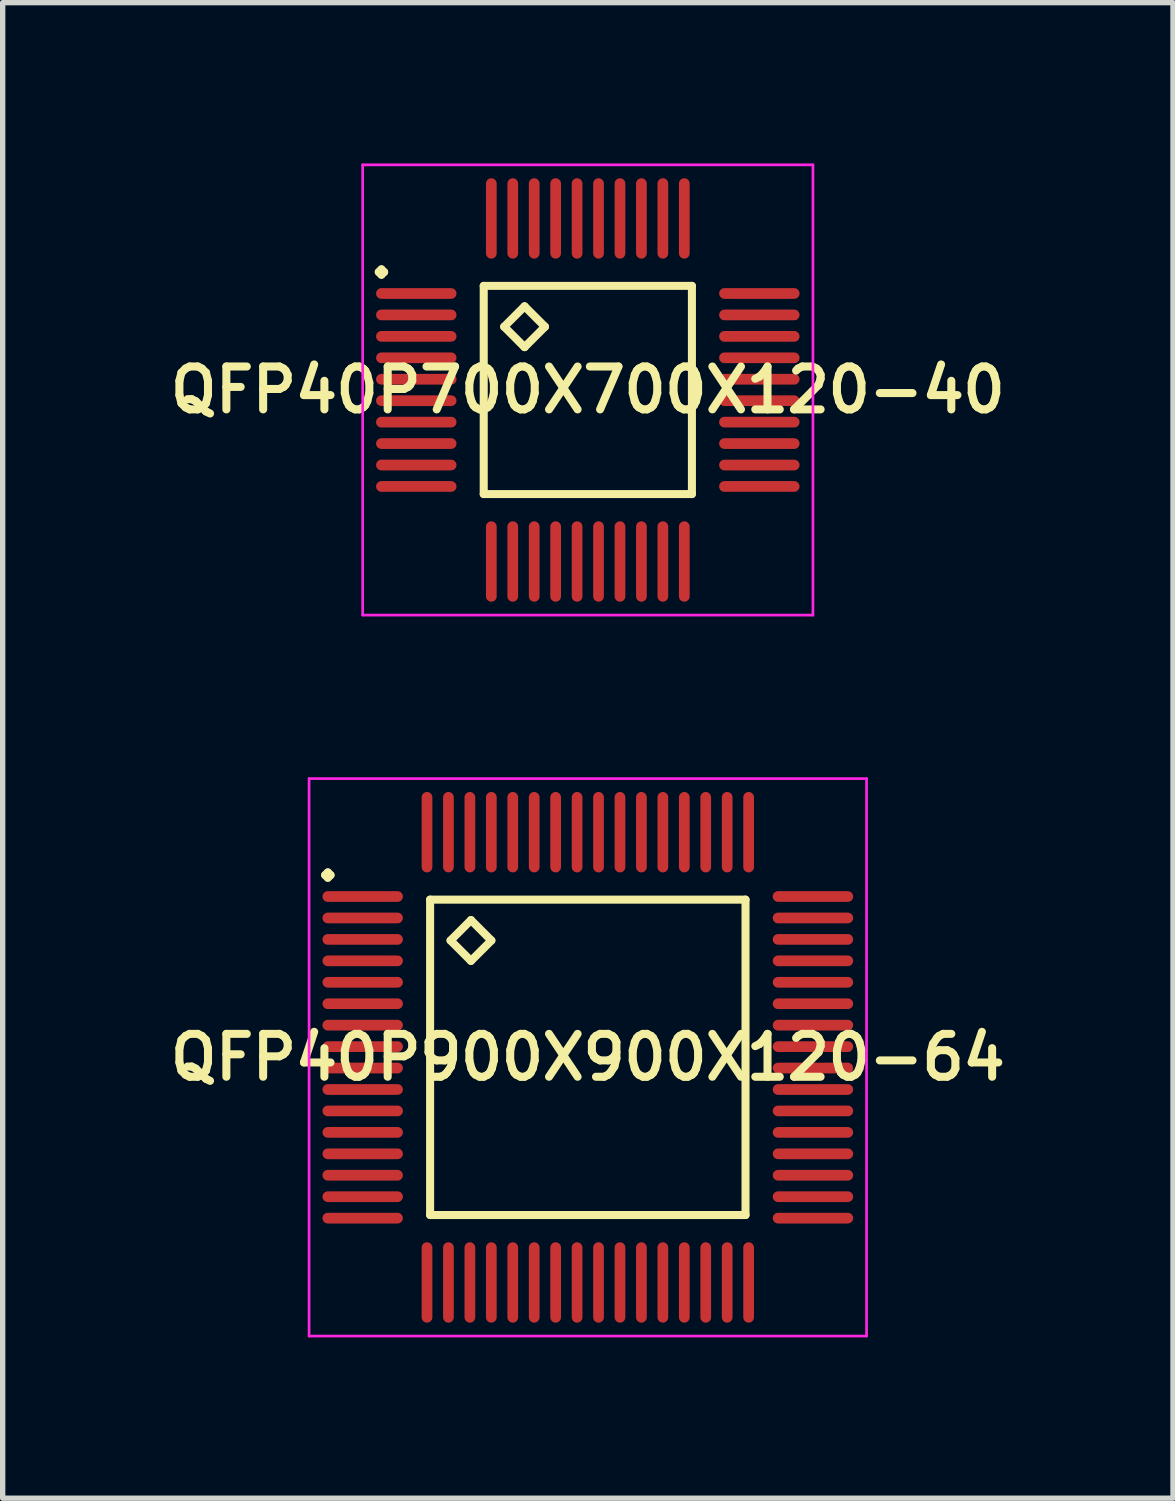
<source format=kicad_pcb>
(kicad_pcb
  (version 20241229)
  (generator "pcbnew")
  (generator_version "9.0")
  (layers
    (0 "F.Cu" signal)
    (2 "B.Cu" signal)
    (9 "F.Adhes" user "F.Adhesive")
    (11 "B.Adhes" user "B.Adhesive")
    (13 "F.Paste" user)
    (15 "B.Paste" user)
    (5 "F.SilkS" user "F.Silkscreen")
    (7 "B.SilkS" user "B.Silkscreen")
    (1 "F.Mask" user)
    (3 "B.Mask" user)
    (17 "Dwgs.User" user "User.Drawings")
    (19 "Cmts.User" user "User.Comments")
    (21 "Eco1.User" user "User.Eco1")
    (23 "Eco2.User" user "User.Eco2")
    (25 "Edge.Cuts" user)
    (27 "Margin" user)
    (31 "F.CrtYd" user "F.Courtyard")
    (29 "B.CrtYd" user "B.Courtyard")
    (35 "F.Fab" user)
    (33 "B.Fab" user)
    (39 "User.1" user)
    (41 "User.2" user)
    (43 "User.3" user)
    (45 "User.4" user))
  (footprint "QFP40P700X700X120-40"
    (layer "F.Cu")
    (at 7.916 4.225)
    (property "Reference" "QFP40P700X700X120-40" (at 0 0 0) (layer "F.SilkS") (effects (font (size 0.8 0.8) (thickness 0.15))))
    (attr smd)
    (fp_line (start -3.9 -2.2) (end -3.85 -2.25) (stroke (width 0.15) (type solid)) (layer "F.SilkS"))
    (fp_line (start -3.85 -2.25) (end -3.8 -2.2) (stroke (width 0.15) (type solid)) (layer "F.SilkS"))
    (fp_line (start -3.85 -2.15) (end -3.9 -2.2) (stroke (width 0.15) (type solid)) (layer "F.SilkS"))
    (fp_line (start -3.8 -2.2) (end -3.85 -2.15) (stroke (width 0.15) (type solid)) (layer "F.SilkS"))
    (fp_line (start -1.942 -1.942) (end -1.942 1.942) (stroke (width 0.15) (type solid)) (layer "F.SilkS"))
    (fp_line (start -1.942 1.942) (end 1.942 1.942) (stroke (width 0.15) (type solid)) (layer "F.SilkS"))
    (fp_line (start -1.561 -1.18) (end -1.18 -1.561) (stroke (width 0.15) (type solid)) (layer "F.SilkS"))
    (fp_line (start -1.18 -1.561) (end -0.799 -1.18) (stroke (width 0.15) (type solid)) (layer "F.SilkS"))
    (fp_line (start -1.18 -0.799) (end -1.561 -1.18) (stroke (width 0.15) (type solid)) (layer "F.SilkS"))
    (fp_line (start -0.799 -1.18) (end -1.18 -0.799) (stroke (width 0.15) (type solid)) (layer "F.SilkS"))
    (fp_line (start 1.942 -1.942) (end -1.942 -1.942) (stroke (width 0.15) (type solid)) (layer "F.SilkS"))
    (fp_line (start 1.942 1.942) (end 1.942 -1.942) (stroke (width 0.15) (type solid)) (layer "F.SilkS"))
    (fp_line (start -4.2 -4.2) (end 4.2 -4.2) (stroke (width 0.05) (type solid)) (layer "F.CrtYd"))
    (fp_line (start -4.2 4.2) (end -4.2 -4.2) (stroke (width 0.05) (type solid)) (layer "F.CrtYd"))
    (fp_line (start 4.2 -4.2) (end 4.2 4.2) (stroke (width 0.05) (type solid)) (layer "F.CrtYd"))
    (fp_line (start 4.2 4.2) (end -4.2 4.2) (stroke (width 0.05) (type solid)) (layer "F.CrtYd"))
    (pad "1" smd oval (at -3.2 -1.8) (size 1.5 0.2) (layers "F.Cu" "F.Mask" "F.Paste"))
    (pad "2" smd oval (at -3.2 -1.4) (size 1.5 0.2) (layers "F.Cu" "F.Mask" "F.Paste"))
    (pad "3" smd oval (at -3.2 -1) (size 1.5 0.2) (layers "F.Cu" "F.Mask" "F.Paste"))
    (pad "4" smd oval (at -3.2 -0.6) (size 1.5 0.2) (layers "F.Cu" "F.Mask" "F.Paste"))
    (pad "5" smd oval (at -3.2 -0.2) (size 1.5 0.2) (layers "F.Cu" "F.Mask" "F.Paste"))
    (pad "6" smd oval (at -3.2 0.2) (size 1.5 0.2) (layers "F.Cu" "F.Mask" "F.Paste"))
    (pad "7" smd oval (at -3.2 0.6) (size 1.5 0.2) (layers "F.Cu" "F.Mask" "F.Paste"))
    (pad "8" smd oval (at -3.2 1) (size 1.5 0.2) (layers "F.Cu" "F.Mask" "F.Paste"))
    (pad "9" smd oval (at -3.2 1.4) (size 1.5 0.2) (layers "F.Cu" "F.Mask" "F.Paste"))
    (pad "10" smd oval (at -3.2 1.8) (size 1.5 0.2) (layers "F.Cu" "F.Mask" "F.Paste"))
    (pad "11" smd oval (at -1.8 3.2) (size 0.2 1.5) (layers "F.Cu" "F.Mask" "F.Paste"))
    (pad "12" smd oval (at -1.4 3.2) (size 0.2 1.5) (layers "F.Cu" "F.Mask" "F.Paste"))
    (pad "13" smd oval (at -1 3.2) (size 0.2 1.5) (layers "F.Cu" "F.Mask" "F.Paste"))
    (pad "14" smd oval (at -0.6 3.2) (size 0.2 1.5) (layers "F.Cu" "F.Mask" "F.Paste"))
    (pad "15" smd oval (at -0.2 3.2) (size 0.2 1.5) (layers "F.Cu" "F.Mask" "F.Paste"))
    (pad "16" smd oval (at 0.2 3.2) (size 0.2 1.5) (layers "F.Cu" "F.Mask" "F.Paste"))
    (pad "17" smd oval (at 0.6 3.2) (size 0.2 1.5) (layers "F.Cu" "F.Mask" "F.Paste"))
    (pad "18" smd oval (at 1 3.2) (size 0.2 1.5) (layers "F.Cu" "F.Mask" "F.Paste"))
    (pad "19" smd oval (at 1.4 3.2) (size 0.2 1.5) (layers "F.Cu" "F.Mask" "F.Paste"))
    (pad "20" smd oval (at 1.8 3.2) (size 0.2 1.5) (layers "F.Cu" "F.Mask" "F.Paste"))
    (pad "21" smd oval (at 3.2 1.8) (size 1.5 0.2) (layers "F.Cu" "F.Mask" "F.Paste"))
    (pad "22" smd oval (at 3.2 1.4) (size 1.5 0.2) (layers "F.Cu" "F.Mask" "F.Paste"))
    (pad "23" smd oval (at 3.2 1) (size 1.5 0.2) (layers "F.Cu" "F.Mask" "F.Paste"))
    (pad "24" smd oval (at 3.2 0.6) (size 1.5 0.2) (layers "F.Cu" "F.Mask" "F.Paste"))
    (pad "25" smd oval (at 3.2 0.2) (size 1.5 0.2) (layers "F.Cu" "F.Mask" "F.Paste"))
    (pad "26" smd oval (at 3.2 -0.2) (size 1.5 0.2) (layers "F.Cu" "F.Mask" "F.Paste"))
    (pad "27" smd oval (at 3.2 -0.6) (size 1.5 0.2) (layers "F.Cu" "F.Mask" "F.Paste"))
    (pad "28" smd oval (at 3.2 -1) (size 1.5 0.2) (layers "F.Cu" "F.Mask" "F.Paste"))
    (pad "29" smd oval (at 3.2 -1.4) (size 1.5 0.2) (layers "F.Cu" "F.Mask" "F.Paste"))
    (pad "30" smd oval (at 3.2 -1.8) (size 1.5 0.2) (layers "F.Cu" "F.Mask" "F.Paste"))
    (pad "31" smd oval (at 1.8 -3.2) (size 0.2 1.5) (layers "F.Cu" "F.Mask" "F.Paste"))
    (pad "32" smd oval (at 1.4 -3.2) (size 0.2 1.5) (layers "F.Cu" "F.Mask" "F.Paste"))
    (pad "33" smd oval (at 1 -3.2) (size 0.2 1.5) (layers "F.Cu" "F.Mask" "F.Paste"))
    (pad "34" smd oval (at 0.6 -3.2) (size 0.2 1.5) (layers "F.Cu" "F.Mask" "F.Paste"))
    (pad "35" smd oval (at 0.2 -3.2) (size 0.2 1.5) (layers "F.Cu" "F.Mask" "F.Paste"))
    (pad "36" smd oval (at -0.2 -3.2) (size 0.2 1.5) (layers "F.Cu" "F.Mask" "F.Paste"))
    (pad "37" smd oval (at -0.6 -3.2) (size 0.2 1.5) (layers "F.Cu" "F.Mask" "F.Paste"))
    (pad "38" smd oval (at -1 -3.2) (size 0.2 1.5) (layers "F.Cu" "F.Mask" "F.Paste"))
    (pad "39" smd oval (at -1.4 -3.2) (size 0.2 1.5) (layers "F.Cu" "F.Mask" "F.Paste"))
    (pad "40" smd oval (at -1.8 -3.2) (size 0.2 1.5) (layers "F.Cu" "F.Mask" "F.Paste")))
  (footprint "QFP40P900X900X120-64"
    (layer "F.Cu")
    (at 7.916 16.675)
    (property "Reference" "QFP40P900X900X120-64" (at 0 0 0) (layer "F.SilkS") (effects (font (size 0.8 0.8) (thickness 0.15))))
    (attr smd)
    (fp_line (start -4.9 -3.4) (end -4.85 -3.45) (stroke (width 0.15) (type solid)) (layer "F.SilkS"))
    (fp_line (start -4.85 -3.45) (end -4.8 -3.4) (stroke (width 0.15) (type solid)) (layer "F.SilkS"))
    (fp_line (start -4.85 -3.35) (end -4.9 -3.4) (stroke (width 0.15) (type solid)) (layer "F.SilkS"))
    (fp_line (start -4.8 -3.4) (end -4.85 -3.35) (stroke (width 0.15) (type solid)) (layer "F.SilkS"))
    (fp_line (start -2.942 -2.942) (end -2.942 2.942) (stroke (width 0.15) (type solid)) (layer "F.SilkS"))
    (fp_line (start -2.942 2.942) (end 2.942 2.942) (stroke (width 0.15) (type solid)) (layer "F.SilkS"))
    (fp_line (start -2.561 -2.18) (end -2.18 -2.561) (stroke (width 0.15) (type solid)) (layer "F.SilkS"))
    (fp_line (start -2.18 -2.561) (end -1.799 -2.18) (stroke (width 0.15) (type solid)) (layer "F.SilkS"))
    (fp_line (start -2.18 -1.799) (end -2.561 -2.18) (stroke (width 0.15) (type solid)) (layer "F.SilkS"))
    (fp_line (start -1.799 -2.18) (end -2.18 -1.799) (stroke (width 0.15) (type solid)) (layer "F.SilkS"))
    (fp_line (start 2.942 -2.942) (end -2.942 -2.942) (stroke (width 0.15) (type solid)) (layer "F.SilkS"))
    (fp_line (start 2.942 2.942) (end 2.942 -2.942) (stroke (width 0.15) (type solid)) (layer "F.SilkS"))
    (fp_line (start -5.2 -5.2) (end 5.2 -5.2) (stroke (width 0.05) (type solid)) (layer "F.CrtYd"))
    (fp_line (start -5.2 5.2) (end -5.2 -5.2) (stroke (width 0.05) (type solid)) (layer "F.CrtYd"))
    (fp_line (start 5.2 -5.2) (end 5.2 5.2) (stroke (width 0.05) (type solid)) (layer "F.CrtYd"))
    (fp_line (start 5.2 5.2) (end -5.2 5.2) (stroke (width 0.05) (type solid)) (layer "F.CrtYd"))
    (pad "1" smd oval (at -4.2 -3) (size 1.5 0.2) (layers "F.Cu" "F.Mask" "F.Paste"))
    (pad "2" smd oval (at -4.2 -2.6) (size 1.5 0.2) (layers "F.Cu" "F.Mask" "F.Paste"))
    (pad "3" smd oval (at -4.2 -2.2) (size 1.5 0.2) (layers "F.Cu" "F.Mask" "F.Paste"))
    (pad "4" smd oval (at -4.2 -1.8) (size 1.5 0.2) (layers "F.Cu" "F.Mask" "F.Paste"))
    (pad "5" smd oval (at -4.2 -1.4) (size 1.5 0.2) (layers "F.Cu" "F.Mask" "F.Paste"))
    (pad "6" smd oval (at -4.2 -1) (size 1.5 0.2) (layers "F.Cu" "F.Mask" "F.Paste"))
    (pad "7" smd oval (at -4.2 -0.6) (size 1.5 0.2) (layers "F.Cu" "F.Mask" "F.Paste"))
    (pad "8" smd oval (at -4.2 -0.2) (size 1.5 0.2) (layers "F.Cu" "F.Mask" "F.Paste"))
    (pad "9" smd oval (at -4.2 0.2) (size 1.5 0.2) (layers "F.Cu" "F.Mask" "F.Paste"))
    (pad "10" smd oval (at -4.2 0.6) (size 1.5 0.2) (layers "F.Cu" "F.Mask" "F.Paste"))
    (pad "11" smd oval (at -4.2 1) (size 1.5 0.2) (layers "F.Cu" "F.Mask" "F.Paste"))
    (pad "12" smd oval (at -4.2 1.4) (size 1.5 0.2) (layers "F.Cu" "F.Mask" "F.Paste"))
    (pad "13" smd oval (at -4.2 1.8) (size 1.5 0.2) (layers "F.Cu" "F.Mask" "F.Paste"))
    (pad "14" smd oval (at -4.2 2.2) (size 1.5 0.2) (layers "F.Cu" "F.Mask" "F.Paste"))
    (pad "15" smd oval (at -4.2 2.6) (size 1.5 0.2) (layers "F.Cu" "F.Mask" "F.Paste"))
    (pad "16" smd oval (at -4.2 3) (size 1.5 0.2) (layers "F.Cu" "F.Mask" "F.Paste"))
    (pad "17" smd oval (at -3 4.2) (size 0.2 1.5) (layers "F.Cu" "F.Mask" "F.Paste"))
    (pad "18" smd oval (at -2.6 4.2) (size 0.2 1.5) (layers "F.Cu" "F.Mask" "F.Paste"))
    (pad "19" smd oval (at -2.2 4.2) (size 0.2 1.5) (layers "F.Cu" "F.Mask" "F.Paste"))
    (pad "20" smd oval (at -1.8 4.2) (size 0.2 1.5) (layers "F.Cu" "F.Mask" "F.Paste"))
    (pad "21" smd oval (at -1.4 4.2) (size 0.2 1.5) (layers "F.Cu" "F.Mask" "F.Paste"))
    (pad "22" smd oval (at -1 4.2) (size 0.2 1.5) (layers "F.Cu" "F.Mask" "F.Paste"))
    (pad "23" smd oval (at -0.6 4.2) (size 0.2 1.5) (layers "F.Cu" "F.Mask" "F.Paste"))
    (pad "24" smd oval (at -0.2 4.2) (size 0.2 1.5) (layers "F.Cu" "F.Mask" "F.Paste"))
    (pad "25" smd oval (at 0.2 4.2) (size 0.2 1.5) (layers "F.Cu" "F.Mask" "F.Paste"))
    (pad "26" smd oval (at 0.6 4.2) (size 0.2 1.5) (layers "F.Cu" "F.Mask" "F.Paste"))
    (pad "27" smd oval (at 1 4.2) (size 0.2 1.5) (layers "F.Cu" "F.Mask" "F.Paste"))
    (pad "28" smd oval (at 1.4 4.2) (size 0.2 1.5) (layers "F.Cu" "F.Mask" "F.Paste"))
    (pad "29" smd oval (at 1.8 4.2) (size 0.2 1.5) (layers "F.Cu" "F.Mask" "F.Paste"))
    (pad "30" smd oval (at 2.2 4.2) (size 0.2 1.5) (layers "F.Cu" "F.Mask" "F.Paste"))
    (pad "31" smd oval (at 2.6 4.2) (size 0.2 1.5) (layers "F.Cu" "F.Mask" "F.Paste"))
    (pad "32" smd oval (at 3 4.2) (size 0.2 1.5) (layers "F.Cu" "F.Mask" "F.Paste"))
    (pad "33" smd oval (at 4.2 3) (size 1.5 0.2) (layers "F.Cu" "F.Mask" "F.Paste"))
    (pad "34" smd oval (at 4.2 2.6) (size 1.5 0.2) (layers "F.Cu" "F.Mask" "F.Paste"))
    (pad "35" smd oval (at 4.2 2.2) (size 1.5 0.2) (layers "F.Cu" "F.Mask" "F.Paste"))
    (pad "36" smd oval (at 4.2 1.8) (size 1.5 0.2) (layers "F.Cu" "F.Mask" "F.Paste"))
    (pad "37" smd oval (at 4.2 1.4) (size 1.5 0.2) (layers "F.Cu" "F.Mask" "F.Paste"))
    (pad "38" smd oval (at 4.2 1) (size 1.5 0.2) (layers "F.Cu" "F.Mask" "F.Paste"))
    (pad "39" smd oval (at 4.2 0.6) (size 1.5 0.2) (layers "F.Cu" "F.Mask" "F.Paste"))
    (pad "40" smd oval (at 4.2 0.2) (size 1.5 0.2) (layers "F.Cu" "F.Mask" "F.Paste"))
    (pad "41" smd oval (at 4.2 -0.2) (size 1.5 0.2) (layers "F.Cu" "F.Mask" "F.Paste"))
    (pad "42" smd oval (at 4.2 -0.6) (size 1.5 0.2) (layers "F.Cu" "F.Mask" "F.Paste"))
    (pad "43" smd oval (at 4.2 -1) (size 1.5 0.2) (layers "F.Cu" "F.Mask" "F.Paste"))
    (pad "44" smd oval (at 4.2 -1.4) (size 1.5 0.2) (layers "F.Cu" "F.Mask" "F.Paste"))
    (pad "45" smd oval (at 4.2 -1.8) (size 1.5 0.2) (layers "F.Cu" "F.Mask" "F.Paste"))
    (pad "46" smd oval (at 4.2 -2.2) (size 1.5 0.2) (layers "F.Cu" "F.Mask" "F.Paste"))
    (pad "47" smd oval (at 4.2 -2.6) (size 1.5 0.2) (layers "F.Cu" "F.Mask" "F.Paste"))
    (pad "48" smd oval (at 4.2 -3) (size 1.5 0.2) (layers "F.Cu" "F.Mask" "F.Paste"))
    (pad "49" smd oval (at 3 -4.2) (size 0.2 1.5) (layers "F.Cu" "F.Mask" "F.Paste"))
    (pad "50" smd oval (at 2.6 -4.2) (size 0.2 1.5) (layers "F.Cu" "F.Mask" "F.Paste"))
    (pad "51" smd oval (at 2.2 -4.2) (size 0.2 1.5) (layers "F.Cu" "F.Mask" "F.Paste"))
    (pad "52" smd oval (at 1.8 -4.2) (size 0.2 1.5) (layers "F.Cu" "F.Mask" "F.Paste"))
    (pad "53" smd oval (at 1.4 -4.2) (size 0.2 1.5) (layers "F.Cu" "F.Mask" "F.Paste"))
    (pad "54" smd oval (at 1 -4.2) (size 0.2 1.5) (layers "F.Cu" "F.Mask" "F.Paste"))
    (pad "55" smd oval (at 0.6 -4.2) (size 0.2 1.5) (layers "F.Cu" "F.Mask" "F.Paste"))
    (pad "56" smd oval (at 0.2 -4.2) (size 0.2 1.5) (layers "F.Cu" "F.Mask" "F.Paste"))
    (pad "57" smd oval (at -0.2 -4.2) (size 0.2 1.5) (layers "F.Cu" "F.Mask" "F.Paste"))
    (pad "58" smd oval (at -0.6 -4.2) (size 0.2 1.5) (layers "F.Cu" "F.Mask" "F.Paste"))
    (pad "59" smd oval (at -1 -4.2) (size 0.2 1.5) (layers "F.Cu" "F.Mask" "F.Paste"))
    (pad "60" smd oval (at -1.4 -4.2) (size 0.2 1.5) (layers "F.Cu" "F.Mask" "F.Paste"))
    (pad "61" smd oval (at -1.8 -4.2) (size 0.2 1.5) (layers "F.Cu" "F.Mask" "F.Paste"))
    (pad "62" smd oval (at -2.2 -4.2) (size 0.2 1.5) (layers "F.Cu" "F.Mask" "F.Paste"))
    (pad "63" smd oval (at -2.6 -4.2) (size 0.2 1.5) (layers "F.Cu" "F.Mask" "F.Paste"))
    (pad "64" smd oval (at -3 -4.2) (size 0.2 1.5) (layers "F.Cu" "F.Mask" "F.Paste")))
  (gr_rect
    (start -3 -3)
    (end 18.833 24.9)
    (stroke (width 0.1) (type default))
    (fill no)
    (layer "Edge.Cuts")))
</source>
